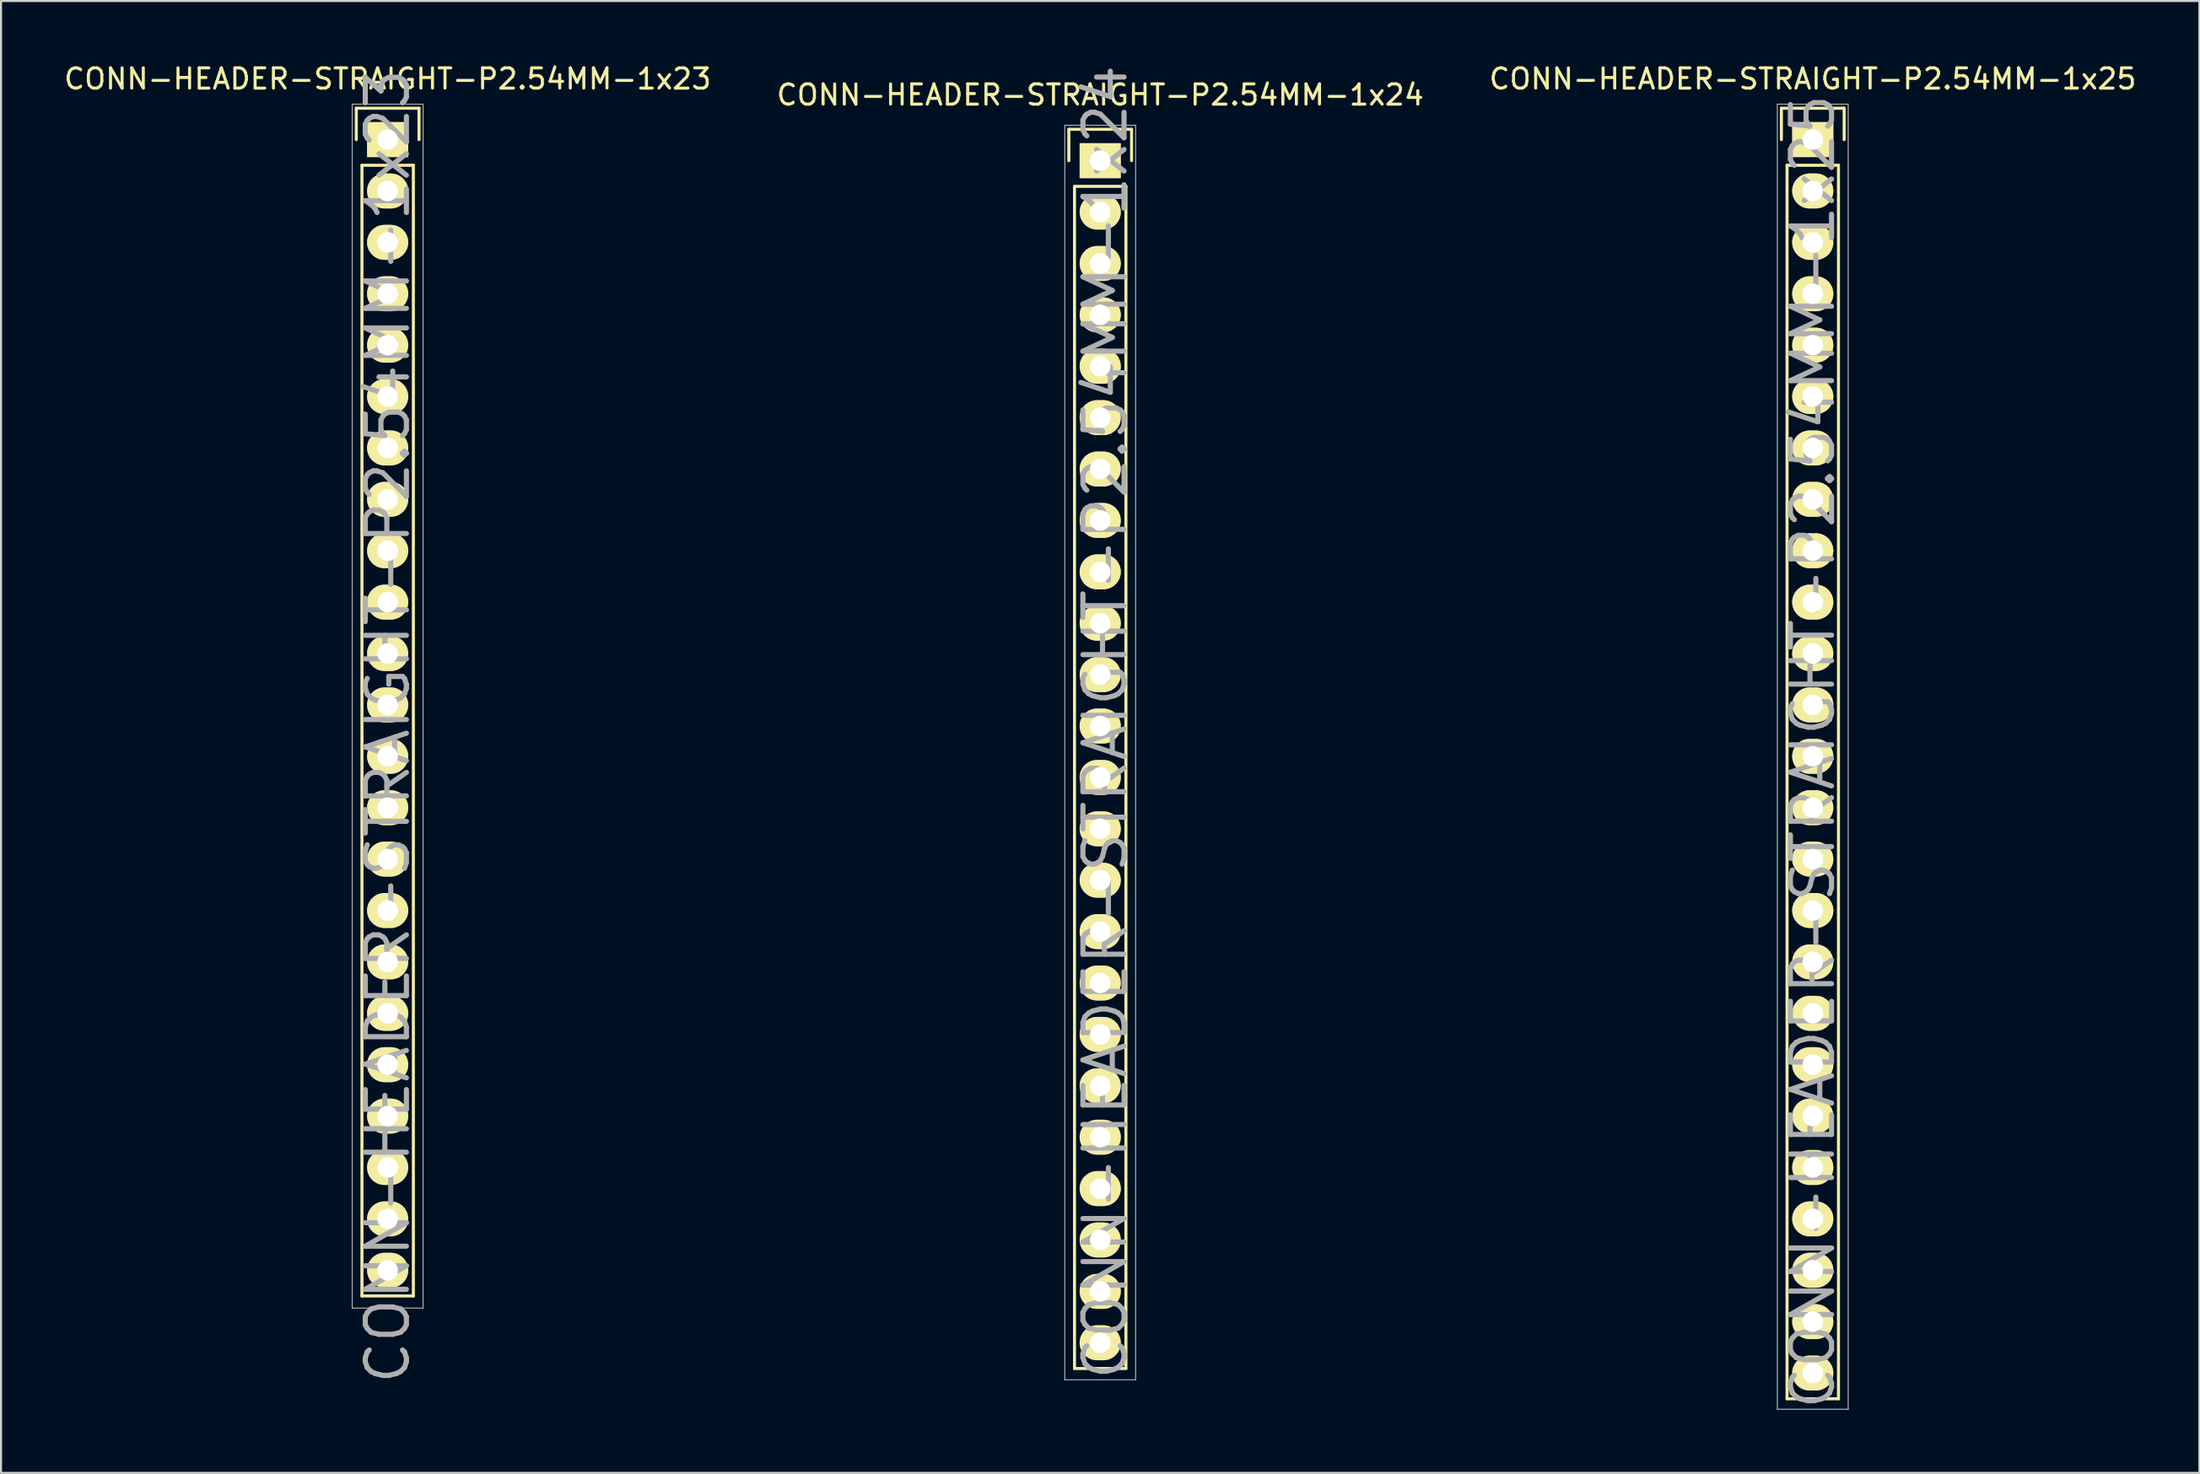
<source format=kicad_pcb>
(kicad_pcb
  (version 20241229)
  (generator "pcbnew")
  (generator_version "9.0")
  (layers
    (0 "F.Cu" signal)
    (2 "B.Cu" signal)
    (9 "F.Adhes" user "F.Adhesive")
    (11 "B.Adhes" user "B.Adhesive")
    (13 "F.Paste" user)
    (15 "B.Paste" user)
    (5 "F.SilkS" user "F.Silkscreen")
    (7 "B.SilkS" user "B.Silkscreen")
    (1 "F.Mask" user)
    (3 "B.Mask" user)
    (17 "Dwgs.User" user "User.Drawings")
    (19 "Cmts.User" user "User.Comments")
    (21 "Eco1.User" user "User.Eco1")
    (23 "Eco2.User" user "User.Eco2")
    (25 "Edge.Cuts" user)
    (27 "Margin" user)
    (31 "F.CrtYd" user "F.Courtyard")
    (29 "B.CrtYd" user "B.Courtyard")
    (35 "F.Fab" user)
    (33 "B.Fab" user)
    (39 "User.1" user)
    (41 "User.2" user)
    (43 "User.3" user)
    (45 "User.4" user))
  (footprint "CONN-HEADER-STRAIGHT-P2.54MM-1x23"
    (layer "F.Cu")
    (at 16.101 3.848)
    (property "Reference" "CONN-HEADER-STRAIGHT-P2.54MM-1x23" (at 0 29 90) (layer "F.Fab") (effects (font (size 2.032 2.032) (thickness 0.254))))
    (attr smd)
    (fp_line (start -1.55 -1.55) (end 1.55 -1.55) (stroke (width 0.15) (type solid)) (layer "F.SilkS"))
    (fp_line (start -1.55 0) (end -1.55 -1.55) (stroke (width 0.15) (type solid)) (layer "F.SilkS"))
    (fp_line (start -1.27 1.27) (end -1.27 57.15) (stroke (width 0.15) (type solid)) (layer "F.SilkS"))
    (fp_line (start -1.27 57.15) (end 1.27 57.15) (stroke (width 0.15) (type solid)) (layer "F.SilkS"))
    (fp_line (start 1.27 1.27) (end -1.27 1.27) (stroke (width 0.15) (type solid)) (layer "F.SilkS"))
    (fp_line (start 1.27 57.15) (end 1.27 1.27) (stroke (width 0.15) (type solid)) (layer "F.SilkS"))
    (fp_line (start 1.55 -1.55) (end 1.55 0) (stroke (width 0.15) (type solid)) (layer "F.SilkS"))
    (fp_line (start -1.75 -1.75) (end 1.75 -1.75) (stroke (width 0.051) (type solid)) (layer "F.Fab"))
    (fp_line (start -1.75 57.75) (end -1.75 -1.75) (stroke (width 0.051) (type solid)) (layer "F.Fab"))
    (fp_line (start 1.75 -1.75) (end 1.75 57.75) (stroke (width 0.051) (type solid)) (layer "F.Fab"))
    (fp_line (start 1.75 57.75) (end -1.75 57.75) (stroke (width 0.051) (type solid)) (layer "F.Fab"))
    (fp_text user "${REFERENCE}" (at 0 -3 0) (layer "F.SilkS") (effects (font (size 1 1) (thickness 0.15))))
    (pad "1" thru_hole rect (at 0 0) (size 2.032 1.727) (drill 1.016) (layers "*.Cu" "*.Mask" "F.SilkS"))
    (pad "2" thru_hole oval (at 0 2.54) (size 2.032 1.727) (drill 1.016) (layers "*.Cu" "*.Mask" "F.SilkS"))
    (pad "3" thru_hole oval (at 0 5.08) (size 2.032 1.727) (drill 1.016) (layers "*.Cu" "*.Mask" "F.SilkS"))
    (pad "4" thru_hole oval (at 0 7.62) (size 2.032 1.727) (drill 1.016) (layers "*.Cu" "*.Mask" "F.SilkS"))
    (pad "5" thru_hole oval (at 0 10.16) (size 2.032 1.727) (drill 1.016) (layers "*.Cu" "*.Mask" "F.SilkS"))
    (pad "6" thru_hole oval (at 0 12.7) (size 2.032 1.727) (drill 1.016) (layers "*.Cu" "*.Mask" "F.SilkS"))
    (pad "7" thru_hole oval (at 0 15.24) (size 2.032 1.727) (drill 1.016) (layers "*.Cu" "*.Mask" "F.SilkS"))
    (pad "8" thru_hole oval (at 0 17.78) (size 2.032 1.727) (drill 1.016) (layers "*.Cu" "*.Mask" "F.SilkS"))
    (pad "9" thru_hole oval (at 0 20.32) (size 2.032 1.727) (drill 1.016) (layers "*.Cu" "*.Mask" "F.SilkS"))
    (pad "10" thru_hole oval (at 0 22.86) (size 2.032 1.727) (drill 1.016) (layers "*.Cu" "*.Mask" "F.SilkS"))
    (pad "11" thru_hole oval (at 0 25.4) (size 2.032 1.727) (drill 1.016) (layers "*.Cu" "*.Mask" "F.SilkS"))
    (pad "12" thru_hole oval (at 0 27.94) (size 2.032 1.727) (drill 1.016) (layers "*.Cu" "*.Mask" "F.SilkS"))
    (pad "13" thru_hole oval (at 0 30.48) (size 2.032 1.727) (drill 1.016) (layers "*.Cu" "*.Mask" "F.SilkS"))
    (pad "14" thru_hole oval (at 0 33.02) (size 2.032 1.727) (drill 1.016) (layers "*.Cu" "*.Mask" "F.SilkS"))
    (pad "15" thru_hole oval (at 0 35.56) (size 2.032 1.727) (drill 1.016) (layers "*.Cu" "*.Mask" "F.SilkS"))
    (pad "16" thru_hole oval (at 0 38.1) (size 2.032 1.727) (drill 1.016) (layers "*.Cu" "*.Mask" "F.SilkS"))
    (pad "17" thru_hole oval (at 0 40.64) (size 2.032 1.727) (drill 1.016) (layers "*.Cu" "*.Mask" "F.SilkS"))
    (pad "18" thru_hole oval (at 0 43.18) (size 2.032 1.727) (drill 1.016) (layers "*.Cu" "*.Mask" "F.SilkS"))
    (pad "19" thru_hole oval (at 0 45.72) (size 2.032 1.727) (drill 1.016) (layers "*.Cu" "*.Mask" "F.SilkS"))
    (pad "20" thru_hole oval (at 0 48.26) (size 2.032 1.727) (drill 1.016) (layers "*.Cu" "*.Mask" "F.SilkS"))
    (pad "21" thru_hole oval (at 0 50.8) (size 2.032 1.727) (drill 1.016) (layers "*.Cu" "*.Mask" "F.SilkS"))
    (pad "22" thru_hole oval (at 0 53.34) (size 2.032 1.727) (drill 1.016) (layers "*.Cu" "*.Mask" "F.SilkS"))
    (pad "23" thru_hole oval (at 0 55.88) (size 2.032 1.727) (drill 1.016) (layers "*.Cu" "*.Mask" "F.SilkS")))
  (footprint "CONN-HEADER-STRAIGHT-P2.54MM-1x25"
    (layer "F.Cu")
    (at 86.506 3.848)
    (property "Reference" "CONN-HEADER-STRAIGHT-P2.54MM-1x25" (at 0 30.25 90) (layer "F.Fab") (effects (font (size 2.032 2.032) (thickness 0.254))))
    (attr smd)
    (fp_line (start -1.55 -1.55) (end 1.55 -1.55) (stroke (width 0.15) (type solid)) (layer "F.SilkS"))
    (fp_line (start -1.55 0) (end -1.55 -1.55) (stroke (width 0.15) (type solid)) (layer "F.SilkS"))
    (fp_line (start -1.27 1.27) (end -1.27 62.23) (stroke (width 0.15) (type solid)) (layer "F.SilkS"))
    (fp_line (start -1.27 62.23) (end 1.27 62.23) (stroke (width 0.15) (type solid)) (layer "F.SilkS"))
    (fp_line (start 1.27 1.27) (end -1.27 1.27) (stroke (width 0.15) (type solid)) (layer "F.SilkS"))
    (fp_line (start 1.27 62.23) (end 1.27 1.27) (stroke (width 0.15) (type solid)) (layer "F.SilkS"))
    (fp_line (start 1.55 -1.55) (end 1.55 0) (stroke (width 0.15) (type solid)) (layer "F.SilkS"))
    (fp_line (start -1.75 -1.75) (end 1.75 -1.75) (stroke (width 0.051) (type solid)) (layer "F.Fab"))
    (fp_line (start -1.75 62.75) (end -1.75 -1.75) (stroke (width 0.051) (type solid)) (layer "F.Fab"))
    (fp_line (start 1.75 -1.75) (end 1.75 62.75) (stroke (width 0.051) (type solid)) (layer "F.Fab"))
    (fp_line (start 1.75 62.75) (end -1.75 62.75) (stroke (width 0.051) (type solid)) (layer "F.Fab"))
    (fp_text user "${REFERENCE}" (at 0 -3 0) (layer "F.SilkS") (effects (font (size 1 1) (thickness 0.15))))
    (pad "1" thru_hole rect (at 0 0) (size 2.032 1.727) (drill 1.016) (layers "*.Cu" "*.Mask" "F.SilkS"))
    (pad "2" thru_hole oval (at 0 2.54) (size 2.032 1.727) (drill 1.016) (layers "*.Cu" "*.Mask" "F.SilkS"))
    (pad "3" thru_hole oval (at 0 5.08) (size 2.032 1.727) (drill 1.016) (layers "*.Cu" "*.Mask" "F.SilkS"))
    (pad "4" thru_hole oval (at 0 7.62) (size 2.032 1.727) (drill 1.016) (layers "*.Cu" "*.Mask" "F.SilkS"))
    (pad "5" thru_hole oval (at 0 10.16) (size 2.032 1.727) (drill 1.016) (layers "*.Cu" "*.Mask" "F.SilkS"))
    (pad "6" thru_hole oval (at 0 12.7) (size 2.032 1.727) (drill 1.016) (layers "*.Cu" "*.Mask" "F.SilkS"))
    (pad "7" thru_hole oval (at 0 15.24) (size 2.032 1.727) (drill 1.016) (layers "*.Cu" "*.Mask" "F.SilkS"))
    (pad "8" thru_hole oval (at 0 17.78) (size 2.032 1.727) (drill 1.016) (layers "*.Cu" "*.Mask" "F.SilkS"))
    (pad "9" thru_hole oval (at 0 20.32) (size 2.032 1.727) (drill 1.016) (layers "*.Cu" "*.Mask" "F.SilkS"))
    (pad "10" thru_hole oval (at 0 22.86) (size 2.032 1.727) (drill 1.016) (layers "*.Cu" "*.Mask" "F.SilkS"))
    (pad "11" thru_hole oval (at 0 25.4) (size 2.032 1.727) (drill 1.016) (layers "*.Cu" "*.Mask" "F.SilkS"))
    (pad "12" thru_hole oval (at 0 27.94) (size 2.032 1.727) (drill 1.016) (layers "*.Cu" "*.Mask" "F.SilkS"))
    (pad "13" thru_hole oval (at 0 30.48) (size 2.032 1.727) (drill 1.016) (layers "*.Cu" "*.Mask" "F.SilkS"))
    (pad "14" thru_hole oval (at 0 33.02) (size 2.032 1.727) (drill 1.016) (layers "*.Cu" "*.Mask" "F.SilkS"))
    (pad "15" thru_hole oval (at 0 35.56) (size 2.032 1.727) (drill 1.016) (layers "*.Cu" "*.Mask" "F.SilkS"))
    (pad "16" thru_hole oval (at 0 38.1) (size 2.032 1.727) (drill 1.016) (layers "*.Cu" "*.Mask" "F.SilkS"))
    (pad "17" thru_hole oval (at 0 40.64) (size 2.032 1.727) (drill 1.016) (layers "*.Cu" "*.Mask" "F.SilkS"))
    (pad "18" thru_hole oval (at 0 43.18) (size 2.032 1.727) (drill 1.016) (layers "*.Cu" "*.Mask" "F.SilkS"))
    (pad "19" thru_hole oval (at 0 45.72) (size 2.032 1.727) (drill 1.016) (layers "*.Cu" "*.Mask" "F.SilkS"))
    (pad "20" thru_hole oval (at 0 48.26) (size 2.032 1.727) (drill 1.016) (layers "*.Cu" "*.Mask" "F.SilkS"))
    (pad "21" thru_hole oval (at 0 50.8) (size 2.032 1.727) (drill 1.016) (layers "*.Cu" "*.Mask" "F.SilkS"))
    (pad "22" thru_hole oval (at 0 53.34) (size 2.032 1.727) (drill 1.016) (layers "*.Cu" "*.Mask" "F.SilkS"))
    (pad "23" thru_hole oval (at 0 55.88) (size 2.032 1.727) (drill 1.016) (layers "*.Cu" "*.Mask" "F.SilkS"))
    (pad "24" thru_hole oval (at 0 58.42) (size 2.032 1.727) (drill 1.016) (layers "*.Cu" "*.Mask" "F.SilkS"))
    (pad "25" thru_hole oval (at 0 60.96) (size 2.032 1.727) (drill 1.016) (layers "*.Cu" "*.Mask" "F.SilkS")))
  (footprint "CONN-HEADER-STRAIGHT-P2.54MM-1x24"
    (layer "F.Cu")
    (at 51.304 4.891)
    (property "Reference" "CONN-HEADER-STRAIGHT-P2.54MM-1x24" (at 0.25 27.75 90) (layer "F.Fab") (effects (font (size 2.032 2.032) (thickness 0.254))))
    (attr smd)
    (fp_line (start -1.55 -1.55) (end 1.55 -1.55) (stroke (width 0.15) (type solid)) (layer "F.SilkS"))
    (fp_line (start -1.55 0) (end -1.55 -1.55) (stroke (width 0.15) (type solid)) (layer "F.SilkS"))
    (fp_line (start -1.27 1.27) (end -1.27 59.69) (stroke (width 0.15) (type solid)) (layer "F.SilkS"))
    (fp_line (start -1.27 59.69) (end 1.27 59.69) (stroke (width 0.15) (type solid)) (layer "F.SilkS"))
    (fp_line (start 1.27 1.27) (end -1.27 1.27) (stroke (width 0.15) (type solid)) (layer "F.SilkS"))
    (fp_line (start 1.27 1.27) (end 1.27 59.69) (stroke (width 0.15) (type solid)) (layer "F.SilkS"))
    (fp_line (start 1.55 -1.55) (end 1.55 0) (stroke (width 0.15) (type solid)) (layer "F.SilkS"))
    (fp_line (start -1.75 -1.75) (end -1.75 60.25) (stroke (width 0.051) (type solid)) (layer "F.Fab"))
    (fp_line (start -1.75 60.25) (end 1.75 60.25) (stroke (width 0.051) (type solid)) (layer "F.Fab"))
    (fp_line (start 1.75 -1.75) (end -1.75 -1.75) (stroke (width 0.051) (type solid)) (layer "F.Fab"))
    (fp_line (start 1.75 60.25) (end 1.75 -1.75) (stroke (width 0.051) (type solid)) (layer "F.Fab"))
    (fp_text user "${REFERENCE}" (at 0 -3.25 0) (layer "F.SilkS") (effects (font (size 1 1) (thickness 0.15))))
    (pad "1" thru_hole rect (at 0 0) (size 2.032 1.727) (drill 1.016) (layers "*.Cu" "*.Mask" "F.SilkS"))
    (pad "2" thru_hole oval (at 0 2.54) (size 2.032 1.727) (drill 1.016) (layers "*.Cu" "*.Mask" "F.SilkS"))
    (pad "3" thru_hole oval (at 0 5.08) (size 2.032 1.727) (drill 1.016) (layers "*.Cu" "*.Mask" "F.SilkS"))
    (pad "4" thru_hole oval (at 0 7.62) (size 2.032 1.727) (drill 1.016) (layers "*.Cu" "*.Mask" "F.SilkS"))
    (pad "5" thru_hole oval (at 0 10.16) (size 2.032 1.727) (drill 1.016) (layers "*.Cu" "*.Mask" "F.SilkS"))
    (pad "6" thru_hole oval (at 0 12.7) (size 2.032 1.727) (drill 1.016) (layers "*.Cu" "*.Mask" "F.SilkS"))
    (pad "7" thru_hole oval (at 0 15.24) (size 2.032 1.727) (drill 1.016) (layers "*.Cu" "*.Mask" "F.SilkS"))
    (pad "8" thru_hole oval (at 0 17.78) (size 2.032 1.727) (drill 1.016) (layers "*.Cu" "*.Mask" "F.SilkS"))
    (pad "9" thru_hole oval (at 0 20.32) (size 2.032 1.727) (drill 1.016) (layers "*.Cu" "*.Mask" "F.SilkS"))
    (pad "10" thru_hole oval (at 0 22.86) (size 2.032 1.727) (drill 1.016) (layers "*.Cu" "*.Mask" "F.SilkS"))
    (pad "11" thru_hole oval (at 0 25.4) (size 2.032 1.727) (drill 1.016) (layers "*.Cu" "*.Mask" "F.SilkS"))
    (pad "12" thru_hole oval (at 0 27.94) (size 2.032 1.727) (drill 1.016) (layers "*.Cu" "*.Mask" "F.SilkS"))
    (pad "13" thru_hole oval (at 0 30.48) (size 2.032 1.727) (drill 1.016) (layers "*.Cu" "*.Mask" "F.SilkS"))
    (pad "14" thru_hole oval (at 0 33.02) (size 2.032 1.727) (drill 1.016) (layers "*.Cu" "*.Mask" "F.SilkS"))
    (pad "15" thru_hole oval (at 0 35.56) (size 2.032 1.727) (drill 1.016) (layers "*.Cu" "*.Mask" "F.SilkS"))
    (pad "16" thru_hole oval (at 0 38.1) (size 2.032 1.727) (drill 1.016) (layers "*.Cu" "*.Mask" "F.SilkS"))
    (pad "17" thru_hole oval (at 0 40.64) (size 2.032 1.727) (drill 1.016) (layers "*.Cu" "*.Mask" "F.SilkS"))
    (pad "18" thru_hole oval (at 0 43.18) (size 2.032 1.727) (drill 1.016) (layers "*.Cu" "*.Mask" "F.SilkS"))
    (pad "19" thru_hole oval (at 0 45.72) (size 2.032 1.727) (drill 1.016) (layers "*.Cu" "*.Mask" "F.SilkS"))
    (pad "20" thru_hole oval (at 0 48.26) (size 2.032 1.727) (drill 1.016) (layers "*.Cu" "*.Mask" "F.SilkS"))
    (pad "21" thru_hole oval (at 0 50.8) (size 2.032 1.727) (drill 1.016) (layers "*.Cu" "*.Mask" "F.SilkS"))
    (pad "22" thru_hole oval (at 0 53.34) (size 2.032 1.727) (drill 1.016) (layers "*.Cu" "*.Mask" "F.SilkS"))
    (pad "23" thru_hole oval (at 0 55.88) (size 2.032 1.727) (drill 1.016) (layers "*.Cu" "*.Mask" "F.SilkS"))
    (pad "24" thru_hole oval (at 0 58.42) (size 2.032 1.727) (drill 1.016) (layers "*.Cu" "*.Mask" "F.SilkS")))
  (gr_rect
    (start -3 -3)
    (end 105.607 69.74)
    (stroke (width 0.1) (type default))
    (fill no)
    (layer "Edge.Cuts")))
</source>
